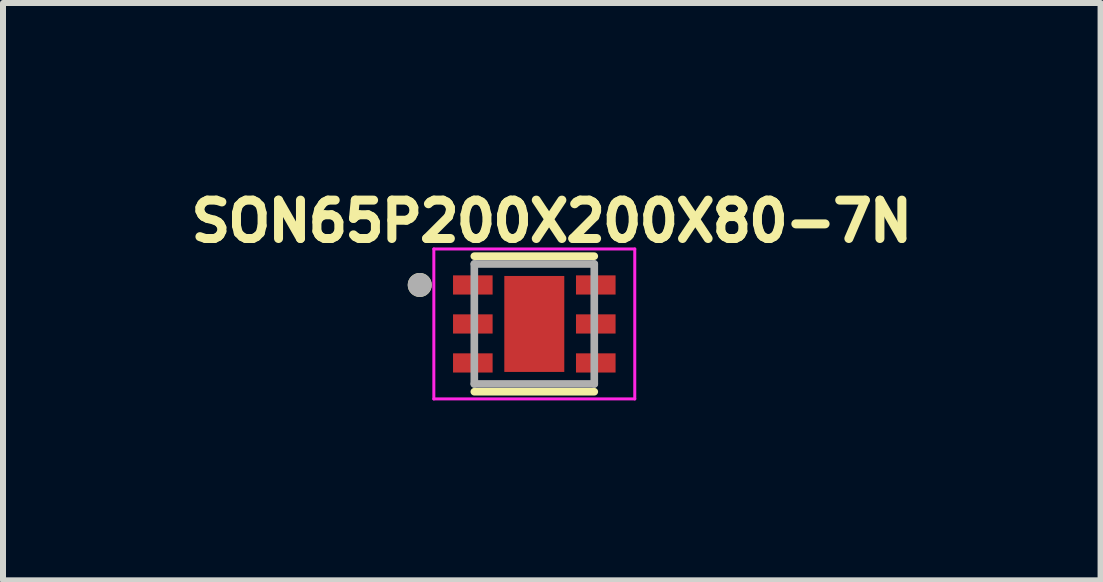
<source format=kicad_pcb>
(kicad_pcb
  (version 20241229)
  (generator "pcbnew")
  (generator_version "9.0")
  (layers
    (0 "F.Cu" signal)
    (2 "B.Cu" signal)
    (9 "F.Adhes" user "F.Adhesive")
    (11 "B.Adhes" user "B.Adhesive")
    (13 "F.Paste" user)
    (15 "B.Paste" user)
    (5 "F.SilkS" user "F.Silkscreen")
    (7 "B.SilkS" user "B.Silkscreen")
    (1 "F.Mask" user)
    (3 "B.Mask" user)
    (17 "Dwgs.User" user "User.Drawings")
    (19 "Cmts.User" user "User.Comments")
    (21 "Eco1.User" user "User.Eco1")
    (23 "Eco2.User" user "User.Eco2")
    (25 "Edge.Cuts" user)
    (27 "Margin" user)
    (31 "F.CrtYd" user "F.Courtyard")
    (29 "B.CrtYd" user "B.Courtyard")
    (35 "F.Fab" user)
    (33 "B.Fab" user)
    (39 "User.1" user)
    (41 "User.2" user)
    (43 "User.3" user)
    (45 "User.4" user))
  (footprint "SON65P200X200X80-7N"
    (layer "F.Cu")
    (at 5.858 2.351)
    (property "Reference" "SON65P200X200X80-7N" (at 0.292 -1.713 0) (layer "F.SilkS") (effects (font (size 0.64 0.64) (thickness 0.15))))
    (attr smd)
    (fp_line (start -1 -1.13) (end 1 -1.13) (stroke (width 0.127) (type solid)) (layer "F.SilkS"))
    (fp_line (start -1 1.13) (end 1 1.13) (stroke (width 0.127) (type solid)) (layer "F.SilkS"))
    (fp_circle (center -1.91 -0.65) (end -1.81 -0.65) (stroke (width 0.2) (type solid)) (fill no) (layer "F.SilkS"))
    (fp_poly (pts (xy -0.316 -0.506) (xy 0.316 -0.506) (xy 0.316 0.506) (xy -0.316 0.506)) (stroke (width 0.01) (type solid)) (fill yes) (layer "F.Paste"))
    (fp_line (start -1.675 -1.25) (end -1.675 1.25) (stroke (width 0.05) (type solid)) (layer "F.CrtYd"))
    (fp_line (start -1.675 -1.25) (end 1.675 -1.25) (stroke (width 0.05) (type solid)) (layer "F.CrtYd"))
    (fp_line (start -1.675 1.25) (end 1.675 1.25) (stroke (width 0.05) (type solid)) (layer "F.CrtYd"))
    (fp_line (start 1.675 -1.25) (end 1.675 1.25) (stroke (width 0.05) (type solid)) (layer "F.CrtYd"))
    (fp_line (start -1 -1) (end -1 1) (stroke (width 0.127) (type solid)) (layer "F.Fab"))
    (fp_line (start -1 -1) (end 1 -1) (stroke (width 0.127) (type solid)) (layer "F.Fab"))
    (fp_line (start -1 1) (end 1 1) (stroke (width 0.127) (type solid)) (layer "F.Fab"))
    (fp_line (start 1 -1) (end 1 1) (stroke (width 0.127) (type solid)) (layer "F.Fab"))
    (fp_circle (center -1.91 -0.65) (end -1.81 -0.65) (stroke (width 0.2) (type solid)) (fill no) (layer "F.Fab"))
    (pad "1" smd rect (at -1.025 -0.65) (size 0.66 0.32) (layers "F.Cu" "F.Mask" "F.Paste"))
    (pad "2" smd rect (at -1.025 0) (size 0.66 0.32) (layers "F.Cu" "F.Mask" "F.Paste"))
    (pad "3" smd rect (at -1.025 0.65) (size 0.66 0.32) (layers "F.Cu" "F.Mask" "F.Paste"))
    (pad "4" smd rect (at 1.025 0.65) (size 0.66 0.32) (layers "F.Cu" "F.Mask" "F.Paste"))
    (pad "5" smd rect (at 1.025 0) (size 0.66 0.32) (layers "F.Cu" "F.Mask" "F.Paste"))
    (pad "6" smd rect (at 1.025 -0.65) (size 0.66 0.32) (layers "F.Cu" "F.Mask" "F.Paste"))
    (pad "7" smd rect (at 0 0) (size 1 1.6) (layers "F.Cu" "F.Mask")))
  (gr_rect
    (start -3 -3)
    (end 15.299 6.626)
    (stroke (width 0.1) (type default))
    (fill no)
    (layer "Edge.Cuts")))
</source>
